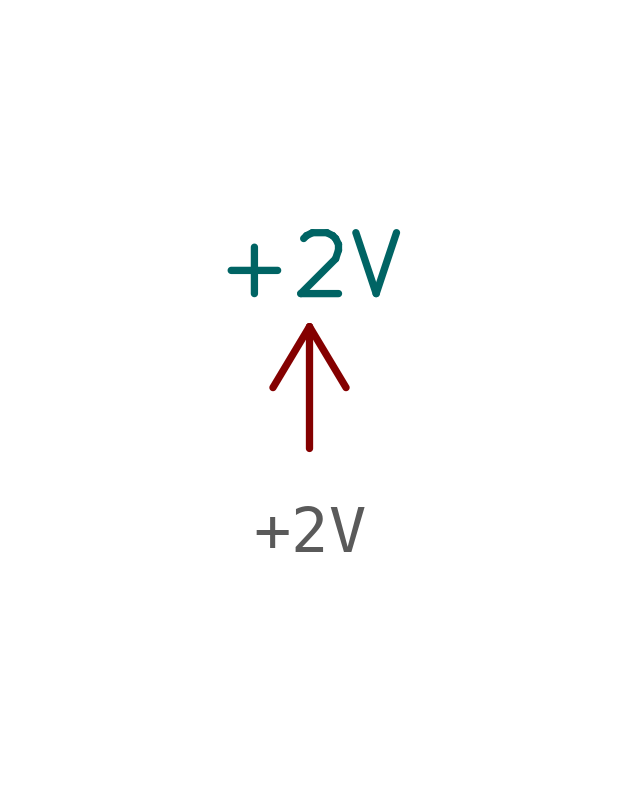
<source format=kicad_sym>
(kicad_symbol_lib
  (version 20220914)
  (generator kicad_symbol_editor)
  (symbol "+2V"
    (power)
    (property "Reference" "#PWR"
      (at 0 5.08 0)
      (effects (font (size 1.27 1.27)) hide))
    (property "Value" "+2V"
      (at 0 3.81 0)
      (effects (font (size 1.27 1.27))))
    (symbol "+2V_0_1"
      (polyline (pts (xy -0.762 1.27) (xy 0 2.54)) (stroke (width 0) (type default)) (fill (type none)))
      (polyline (pts (xy 0 0) (xy 0 2.54)) (stroke (width 0) (type default)) (fill (type none)))
      (polyline (pts (xy 0 2.54) (xy 0.762 1.27)) (stroke (width 0) (type default)) (fill (type none))))
    (symbol "+2V_1_1"
      (pin power_in line (at 0 0 90) (length 0) hide (name "+2V" (effects (font (size 1.27 1.27)))) (number "1" (effects (font (size 1.27 1.27))))))))
</source>
